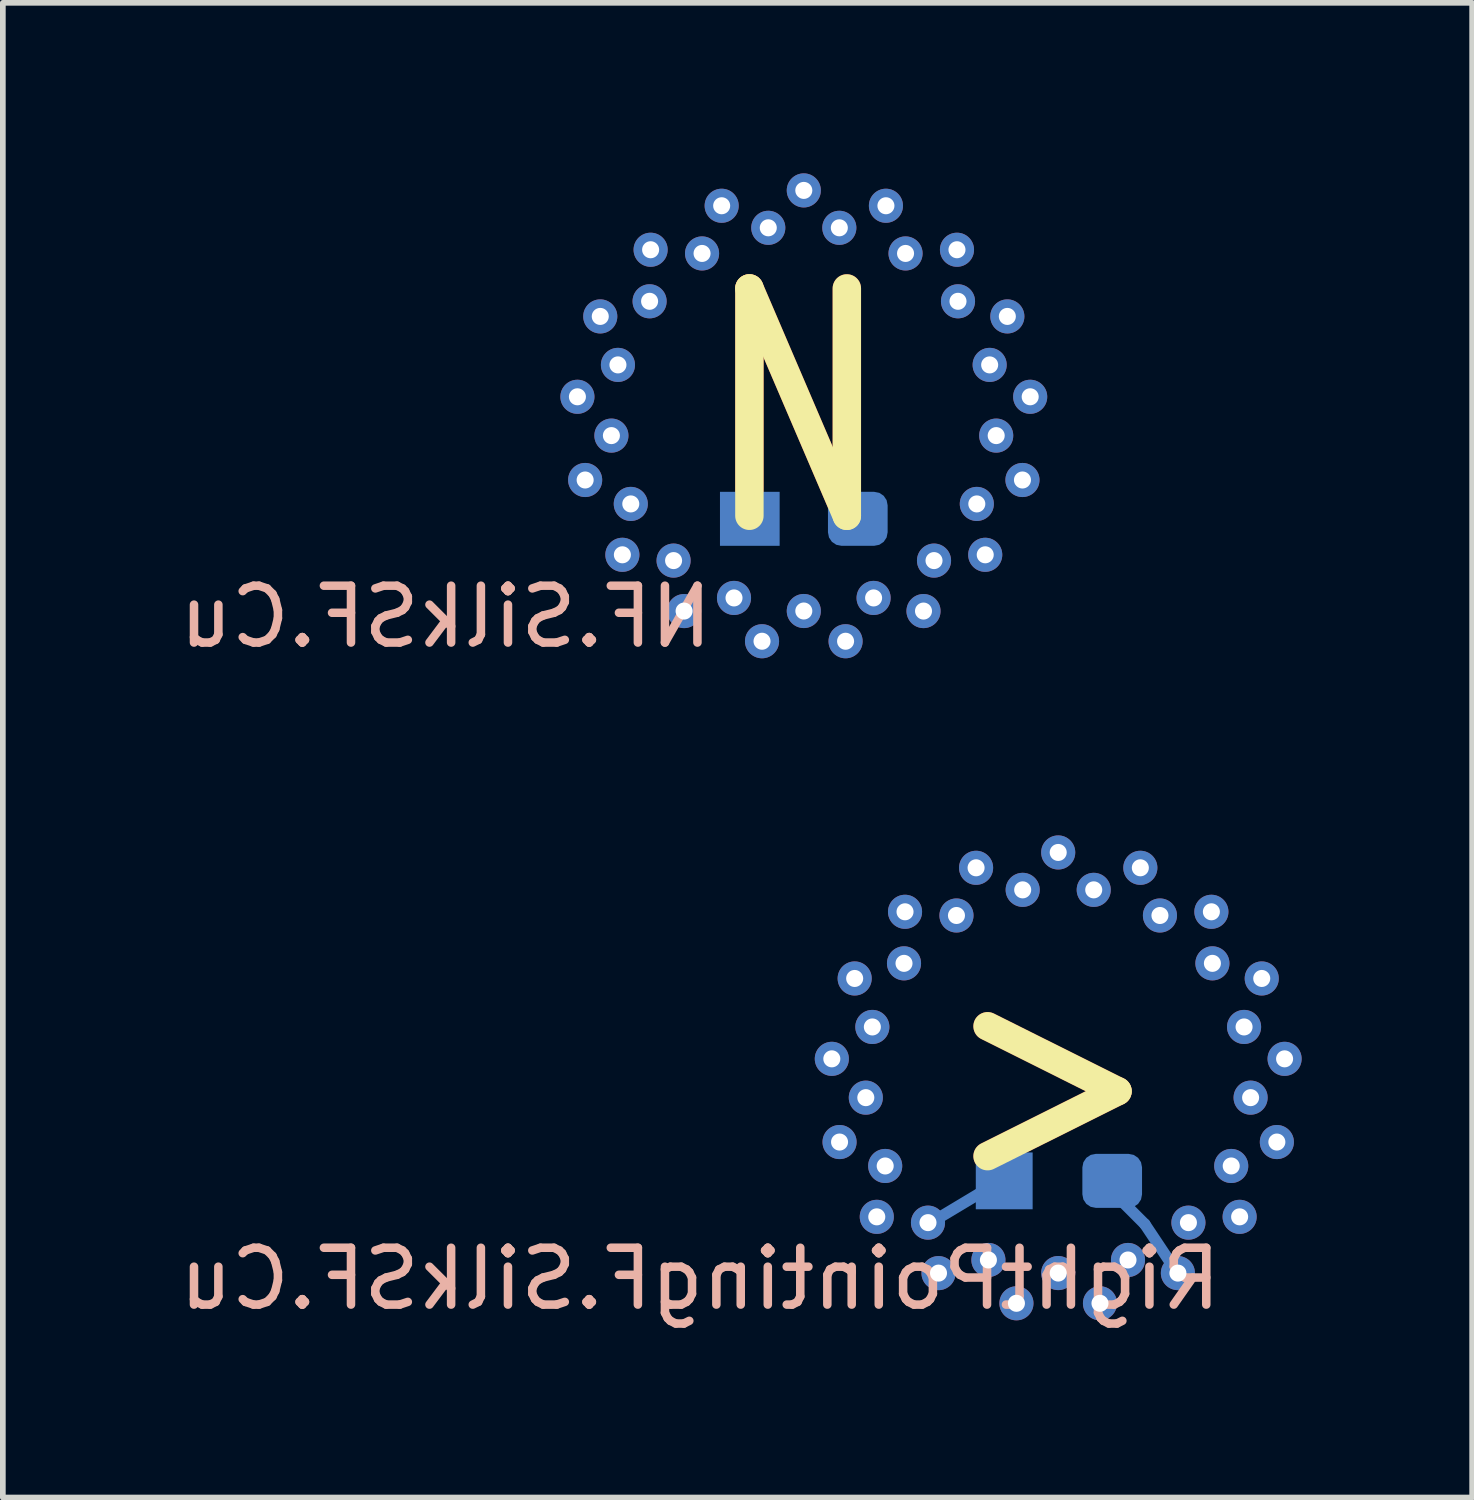
<source format=kicad_pcb>
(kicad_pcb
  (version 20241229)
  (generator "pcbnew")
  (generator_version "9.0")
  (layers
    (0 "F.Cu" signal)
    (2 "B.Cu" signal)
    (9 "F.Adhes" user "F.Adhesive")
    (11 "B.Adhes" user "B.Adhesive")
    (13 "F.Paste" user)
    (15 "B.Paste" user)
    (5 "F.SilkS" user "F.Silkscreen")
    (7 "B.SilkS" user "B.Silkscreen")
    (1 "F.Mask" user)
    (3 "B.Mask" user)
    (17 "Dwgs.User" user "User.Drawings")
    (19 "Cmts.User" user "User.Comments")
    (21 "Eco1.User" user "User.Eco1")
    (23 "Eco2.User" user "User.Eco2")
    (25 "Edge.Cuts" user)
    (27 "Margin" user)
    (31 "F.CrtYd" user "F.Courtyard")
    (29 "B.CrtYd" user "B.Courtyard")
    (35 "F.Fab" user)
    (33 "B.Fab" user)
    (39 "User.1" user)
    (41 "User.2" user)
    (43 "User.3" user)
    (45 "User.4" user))
  (footprint "NF.SilkSF.Cu"
    (layer "F.Cu")
    (at 11.092 4.3)
    (property "Reference" "NF.SilkSF.Cu" (at -6.3 3.5 0) (layer "B.SilkS") (effects (font (size 1 1) (thickness 0.15)) (justify mirror)))
    (attr through_hole)
    (fp_poly (pts (xy 0 3.4) (xy 1.228 3.17) (xy 2.291 2.513) (xy 3.044 1.516) (xy 3.385 0.314) (xy 3.27 -0.93) (xy 2.713 -2.049) (xy 1.79 -2.891) (xy 0.625 -3.342) (xy -0.625 -3.342) (xy -1.79 -2.891) (xy -2.713 -2.049) (xy -3.27 -0.93) (xy -3.385 0.314) (xy -3.044 1.516) (xy -2.291 2.513) (xy -1.228 3.17)) (stroke (width 0.1) (type solid)) (fill yes) (layer "F.Mask"))
    (fp_poly (pts (xy 0 3.4) (xy 1.228 3.17) (xy 2.291 2.513) (xy 3.044 1.516) (xy 3.385 0.314) (xy 3.27 -0.93) (xy 2.713 -2.049) (xy 1.79 -2.891) (xy 0.625 -3.342) (xy -0.625 -3.342) (xy -1.79 -2.891) (xy -2.713 -2.049) (xy -3.27 -0.93) (xy -3.385 0.314) (xy -3.044 1.516) (xy -2.291 2.513) (xy -1.228 3.17)) (stroke (width 0.1) (type solid)) (fill yes) (layer "B.Mask"))
    (fp_text user "N" (at -0.1 -0.1 0) (layer "F.Cu") (effects (font (size 4 3) (thickness 0.5))))
    (fp_text user "N" (at -0.1 -0.1 0) (layer "F.SilkS") (effects (font (size 4 3) (thickness 0.5))))
    (pad "1" thru_hole circle (at -3.385 0.314) (size 0.6 0.6) (drill 0.3) (layers "*.Cu") (remove_unused_layers yes) (keep_end_layers yes) (zone_layer_connections))
    (pad "1" thru_hole circle (at -3.27 -0.93) (size 0.6 0.6) (drill 0.3) (layers "*.Cu") (remove_unused_layers yes) (keep_end_layers yes) (zone_layer_connections))
    (pad "1" thru_hole circle (at -3.044 1.516) (size 0.6 0.6) (drill 0.3) (layers "*.Cu") (remove_unused_layers yes) (keep_end_layers yes) (zone_layer_connections))
    (pad "1" thru_hole circle (at -2.713 -2.049) (size 0.6 0.6) (drill 0.3) (layers "*.Cu") (remove_unused_layers yes) (keep_end_layers yes) (zone_layer_connections))
    (pad "1" thru_hole circle (at -2.291 2.513) (size 0.6 0.6) (drill 0.3) (layers "*.Cu") (remove_unused_layers yes) (keep_end_layers yes) (zone_layer_connections))
    (pad "1" thru_hole circle (at -1.79 -2.891) (size 0.6 0.6) (drill 0.3) (layers "*.Cu") (remove_unused_layers yes) (keep_end_layers yes) (zone_layer_connections))
    (pad "1" thru_hole circle (at -1.228 3.17) (size 0.6 0.6) (drill 0.3) (layers "*.Cu") (remove_unused_layers yes) (keep_end_layers yes) (zone_layer_connections))
    (pad "1" smd rect (at -0.95 1.778) (size 1.05 0.95) (layers "B.Cu" "B.Mask" "B.Paste"))
    (pad "1" thru_hole circle (at -0.625 -3.342) (size 0.6 0.6) (drill 0.3) (layers "*.Cu") (remove_unused_layers yes) (keep_end_layers yes) (zone_layer_connections))
    (pad "1" thru_hole circle (at 0 3.4) (size 0.6 0.6) (drill 0.3) (layers "*.Cu") (remove_unused_layers yes) (keep_end_layers yes) (zone_layer_connections))
    (pad "1" thru_hole circle (at 0.625 -3.342) (size 0.6 0.6) (drill 0.3) (layers "*.Cu") (remove_unused_layers yes) (keep_end_layers yes) (zone_layer_connections))
    (pad "1" thru_hole circle (at 1.228 3.17) (size 0.6 0.6) (drill 0.3) (layers "*.Cu") (remove_unused_layers yes) (keep_end_layers yes) (zone_layer_connections))
    (pad "1" thru_hole circle (at 1.79 -2.891) (size 0.6 0.6) (drill 0.3) (layers "*.Cu") (remove_unused_layers yes) (keep_end_layers yes) (zone_layer_connections))
    (pad "1" thru_hole circle (at 2.291 2.513) (size 0.6 0.6) (drill 0.3) (layers "*.Cu") (remove_unused_layers yes) (keep_end_layers yes) (zone_layer_connections))
    (pad "1" thru_hole circle (at 2.713 -2.049) (size 0.6 0.6) (drill 0.3) (layers "*.Cu") (remove_unused_layers yes) (keep_end_layers yes) (zone_layer_connections))
    (pad "1" thru_hole circle (at 3.044 1.516) (size 0.6 0.6) (drill 0.3) (layers "*.Cu") (remove_unused_layers yes) (keep_end_layers yes) (zone_layer_connections))
    (pad "1" thru_hole circle (at 3.27 -0.93) (size 0.6 0.6) (drill 0.3) (layers "*.Cu") (remove_unused_layers yes) (keep_end_layers yes) (zone_layer_connections))
    (pad "1" thru_hole circle (at 3.385 0.314) (size 0.6 0.6) (drill 0.3) (layers "*.Cu") (remove_unused_layers yes) (keep_end_layers yes) (zone_layer_connections))
    (pad "2" thru_hole circle (at -3.983 -0.369) (size 0.6 0.6) (drill 0.3) (layers "*.Cu") (remove_unused_layers yes) (keep_end_layers yes) (zone_layer_connections))
    (pad "2" thru_hole circle (at -3.847 1.095) (size 0.6 0.6) (drill 0.3) (layers "*.Cu") (remove_unused_layers yes) (keep_end_layers yes) (zone_layer_connections))
    (pad "2" thru_hole circle (at -3.581 -1.783) (size 0.6 0.6) (drill 0.3) (layers "*.Cu") (remove_unused_layers yes) (keep_end_layers yes) (zone_layer_connections))
    (pad "2" thru_hole circle (at -3.192 2.411) (size 0.6 0.6) (drill 0.3) (layers "*.Cu") (remove_unused_layers yes) (keep_end_layers yes) (zone_layer_connections))
    (pad "2" thru_hole circle (at -2.695 -2.956) (size 0.6 0.6) (drill 0.3) (layers "*.Cu") (remove_unused_layers yes) (keep_end_layers yes) (zone_layer_connections))
    (pad "2" thru_hole circle (at -2.106 3.401) (size 0.6 0.6) (drill 0.3) (layers "*.Cu") (remove_unused_layers yes) (keep_end_layers yes) (zone_layer_connections))
    (pad "2" thru_hole circle (at -1.445 -3.73) (size 0.6 0.6) (drill 0.3) (layers "*.Cu") (remove_unused_layers yes) (keep_end_layers yes) (zone_layer_connections))
    (pad "2" thru_hole circle (at -0.735 3.932) (size 0.6 0.6) (drill 0.3) (layers "*.Cu") (remove_unused_layers yes) (keep_end_layers yes) (zone_layer_connections))
    (pad "2" thru_hole circle (at 0 -4) (size 0.6 0.6) (drill 0.3) (layers "*.Cu") (remove_unused_layers yes) (keep_end_layers yes) (zone_layer_connections))
    (pad "2" thru_hole circle (at 0.735 3.932) (size 0.6 0.6) (drill 0.3) (layers "*.Cu") (remove_unused_layers yes) (keep_end_layers yes) (zone_layer_connections))
    (pad "2" smd roundrect (at 0.95 1.778) (size 1.05 0.95) (layers "B.Cu" "B.Mask" "B.Paste") (roundrect_rratio 0.25))
    (pad "2" thru_hole circle (at 1.445 -3.73) (size 0.6 0.6) (drill 0.3) (layers "*.Cu") (remove_unused_layers yes) (keep_end_layers yes) (zone_layer_connections))
    (pad "2" thru_hole circle (at 2.106 3.401) (size 0.6 0.6) (drill 0.3) (layers "*.Cu") (remove_unused_layers yes) (keep_end_layers yes) (zone_layer_connections))
    (pad "2" thru_hole circle (at 2.695 -2.956) (size 0.6 0.6) (drill 0.3) (layers "*.Cu") (remove_unused_layers yes) (keep_end_layers yes) (zone_layer_connections))
    (pad "2" thru_hole circle (at 3.192 2.411) (size 0.6 0.6) (drill 0.3) (layers "*.Cu") (remove_unused_layers yes) (keep_end_layers yes) (zone_layer_connections))
    (pad "2" thru_hole circle (at 3.581 -1.783) (size 0.6 0.6) (drill 0.3) (layers "*.Cu") (remove_unused_layers yes) (keep_end_layers yes) (zone_layer_connections))
    (pad "2" thru_hole circle (at 3.847 1.095) (size 0.6 0.6) (drill 0.3) (layers "*.Cu") (remove_unused_layers yes) (keep_end_layers yes) (zone_layer_connections))
    (pad "2" thru_hole circle (at 3.983 -0.369) (size 0.6 0.6) (drill 0.3) (layers "*.Cu") (remove_unused_layers yes) (keep_end_layers yes) (zone_layer_connections)))
  (footprint "RightPointingF.SilkSF.Cu"
    (layer "F.Cu")
    (at 15.568 15.948)
    (property "Reference" "RightPointingF.SilkSF.Cu" (at -6.3 3.5 0) (layer "B.SilkS") (effects (font (size 1 1) (thickness 0.15)) (justify mirror)))
    (attr through_hole)
    (fp_poly (pts (xy 0 3.4) (xy 1.228 3.17) (xy 2.291 2.513) (xy 3.044 1.516) (xy 3.385 0.314) (xy 3.27 -0.93) (xy 2.713 -2.049) (xy 1.79 -2.891) (xy 0.625 -3.342) (xy -0.625 -3.342) (xy -1.79 -2.891) (xy -2.713 -2.049) (xy -3.27 -0.93) (xy -3.385 0.314) (xy -3.044 1.516) (xy -2.291 2.513) (xy -1.228 3.17)) (stroke (width 0.1) (type solid)) (fill yes) (layer "F.Mask"))
    (fp_line (start -2.286 2.54) (end -1.016 1.778) (stroke (width 0.2) (type solid)) (layer "B.Cu"))
    (fp_line (start 1.524 2.54) (end 1.016 2.032) (stroke (width 0.2) (type solid)) (layer "B.Cu"))
    (fp_line (start 2.032 3.302) (end 1.524 2.54) (stroke (width 0.2) (type solid)) (layer "B.Cu"))
    (fp_poly (pts (xy 0 3.4) (xy 1.228 3.17) (xy 2.291 2.513) (xy 3.044 1.516) (xy 3.385 0.314) (xy 3.27 -0.93) (xy 2.713 -2.049) (xy 1.79 -2.891) (xy 0.625 -3.342) (xy -0.625 -3.342) (xy -1.79 -2.891) (xy -2.713 -2.049) (xy -3.27 -0.93) (xy -3.385 0.314) (xy -3.044 1.516) (xy -2.291 2.513) (xy -1.228 3.17)) (stroke (width 0.1) (type solid)) (fill yes) (layer "B.Mask"))
    (fp_text user ">" (at -0.1 -0.1 0) (layer "F.Cu") (effects (font (size 4 3) (thickness 0.5))))
    (fp_text user ">" (at -0.1 -0.1 0) (layer "F.SilkS") (effects (font (size 4 3) (thickness 0.5))))
    (pad "1" thru_hole circle (at -3.385 0.314) (size 0.6 0.6) (drill 0.3) (layers "*.Cu") (remove_unused_layers yes) (keep_end_layers yes) (zone_layer_connections))
    (pad "1" thru_hole circle (at -3.27 -0.93) (size 0.6 0.6) (drill 0.3) (layers "*.Cu") (remove_unused_layers yes) (keep_end_layers yes) (zone_layer_connections))
    (pad "1" thru_hole circle (at -3.044 1.516) (size 0.6 0.6) (drill 0.3) (layers "*.Cu") (remove_unused_layers yes) (keep_end_layers yes) (zone_layer_connections))
    (pad "1" thru_hole circle (at -2.713 -2.049) (size 0.6 0.6) (drill 0.3) (layers "*.Cu") (remove_unused_layers yes) (keep_end_layers yes) (zone_layer_connections))
    (pad "1" thru_hole circle (at -2.291 2.513) (size 0.6 0.6) (drill 0.3) (layers "*.Cu") (remove_unused_layers yes) (keep_end_layers yes) (zone_layer_connections))
    (pad "1" thru_hole circle (at -1.79 -2.891) (size 0.6 0.6) (drill 0.3) (layers "*.Cu") (remove_unused_layers yes) (keep_end_layers yes) (zone_layer_connections))
    (pad "1" thru_hole circle (at -1.228 3.17) (size 0.6 0.6) (drill 0.3) (layers "*.Cu") (remove_unused_layers yes) (keep_end_layers yes) (zone_layer_connections))
    (pad "1" smd rect (at -0.95 1.778) (size 1 1) (layers "B.Cu" "B.Mask" "B.Paste"))
    (pad "1" thru_hole circle (at -0.625 -3.342) (size 0.6 0.6) (drill 0.3) (layers "*.Cu") (remove_unused_layers yes) (keep_end_layers yes) (zone_layer_connections))
    (pad "1" thru_hole circle (at 0 3.4) (size 0.6 0.6) (drill 0.3) (layers "*.Cu") (remove_unused_layers yes) (keep_end_layers yes) (zone_layer_connections))
    (pad "1" thru_hole circle (at 0.625 -3.342) (size 0.6 0.6) (drill 0.3) (layers "*.Cu") (remove_unused_layers yes) (keep_end_layers yes) (zone_layer_connections))
    (pad "1" thru_hole circle (at 1.228 3.17) (size 0.6 0.6) (drill 0.3) (layers "*.Cu") (remove_unused_layers yes) (keep_end_layers yes) (zone_layer_connections))
    (pad "1" thru_hole circle (at 1.79 -2.891) (size 0.6 0.6) (drill 0.3) (layers "*.Cu") (remove_unused_layers yes) (keep_end_layers yes) (zone_layer_connections))
    (pad "1" thru_hole circle (at 2.291 2.513) (size 0.6 0.6) (drill 0.3) (layers "*.Cu") (remove_unused_layers yes) (keep_end_layers yes) (zone_layer_connections))
    (pad "1" thru_hole circle (at 2.713 -2.049) (size 0.6 0.6) (drill 0.3) (layers "*.Cu") (remove_unused_layers yes) (keep_end_layers yes) (zone_layer_connections))
    (pad "1" thru_hole circle (at 3.044 1.516) (size 0.6 0.6) (drill 0.3) (layers "*.Cu") (remove_unused_layers yes) (keep_end_layers yes) (zone_layer_connections))
    (pad "1" thru_hole circle (at 3.27 -0.93) (size 0.6 0.6) (drill 0.3) (layers "*.Cu") (remove_unused_layers yes) (keep_end_layers yes) (zone_layer_connections))
    (pad "1" thru_hole circle (at 3.385 0.314) (size 0.6 0.6) (drill 0.3) (layers "*.Cu") (remove_unused_layers yes) (keep_end_layers yes) (zone_layer_connections))
    (pad "2" thru_hole circle (at -3.983 -0.369) (size 0.6 0.6) (drill 0.3) (layers "*.Cu") (remove_unused_layers yes) (keep_end_layers yes) (zone_layer_connections))
    (pad "2" thru_hole circle (at -3.847 1.095) (size 0.6 0.6) (drill 0.3) (layers "*.Cu") (remove_unused_layers yes) (keep_end_layers yes) (zone_layer_connections))
    (pad "2" thru_hole circle (at -3.581 -1.783) (size 0.6 0.6) (drill 0.3) (layers "*.Cu") (remove_unused_layers yes) (keep_end_layers yes) (zone_layer_connections))
    (pad "2" thru_hole circle (at -3.192 2.411) (size 0.6 0.6) (drill 0.3) (layers "*.Cu") (remove_unused_layers yes) (keep_end_layers yes) (zone_layer_connections))
    (pad "2" thru_hole circle (at -2.695 -2.956) (size 0.6 0.6) (drill 0.3) (layers "*.Cu") (remove_unused_layers yes) (keep_end_layers yes) (zone_layer_connections))
    (pad "2" thru_hole circle (at -2.106 3.401) (size 0.6 0.6) (drill 0.3) (layers "*.Cu") (remove_unused_layers yes) (keep_end_layers yes) (zone_layer_connections))
    (pad "2" thru_hole circle (at -1.445 -3.73) (size 0.6 0.6) (drill 0.3) (layers "*.Cu") (remove_unused_layers yes) (keep_end_layers yes) (zone_layer_connections))
    (pad "2" thru_hole circle (at -0.735 3.932) (size 0.6 0.6) (drill 0.3) (layers "*.Cu") (remove_unused_layers yes) (keep_end_layers yes) (zone_layer_connections))
    (pad "2" thru_hole circle (at 0 -4) (size 0.6 0.6) (drill 0.3) (layers "*.Cu") (remove_unused_layers yes) (keep_end_layers yes) (zone_layer_connections))
    (pad "2" thru_hole circle (at 0.735 3.932) (size 0.6 0.6) (drill 0.3) (layers "*.Cu") (remove_unused_layers yes) (keep_end_layers yes) (zone_layer_connections))
    (pad "2" smd roundrect (at 0.95 1.778) (size 1.05 0.95) (layers "B.Cu" "B.Mask" "B.Paste") (roundrect_rratio 0.25))
    (pad "2" thru_hole circle (at 1.445 -3.73) (size 0.6 0.6) (drill 0.3) (layers "*.Cu") (remove_unused_layers yes) (keep_end_layers yes) (zone_layer_connections))
    (pad "2" thru_hole circle (at 2.106 3.401) (size 0.6 0.6) (drill 0.3) (layers "*.Cu") (remove_unused_layers yes) (keep_end_layers yes) (zone_layer_connections))
    (pad "2" thru_hole circle (at 2.695 -2.956) (size 0.6 0.6) (drill 0.3) (layers "*.Cu") (remove_unused_layers yes) (keep_end_layers yes) (zone_layer_connections))
    (pad "2" thru_hole circle (at 3.192 2.411) (size 0.6 0.6) (drill 0.3) (layers "*.Cu") (remove_unused_layers yes) (keep_end_layers yes) (zone_layer_connections))
    (pad "2" thru_hole circle (at 3.581 -1.783) (size 0.6 0.6) (drill 0.3) (layers "*.Cu") (remove_unused_layers yes) (keep_end_layers yes) (zone_layer_connections))
    (pad "2" thru_hole circle (at 3.847 1.095) (size 0.6 0.6) (drill 0.3) (layers "*.Cu") (remove_unused_layers yes) (keep_end_layers yes) (zone_layer_connections))
    (pad "2" thru_hole circle (at 3.983 -0.369) (size 0.6 0.6) (drill 0.3) (layers "*.Cu") (remove_unused_layers yes) (keep_end_layers yes) (zone_layer_connections)))
  (gr_rect
    (start -3 -3)
    (end 22.851 23.297)
    (stroke (width 0.1) (type default))
    (fill no)
    (layer "Edge.Cuts")))
</source>
